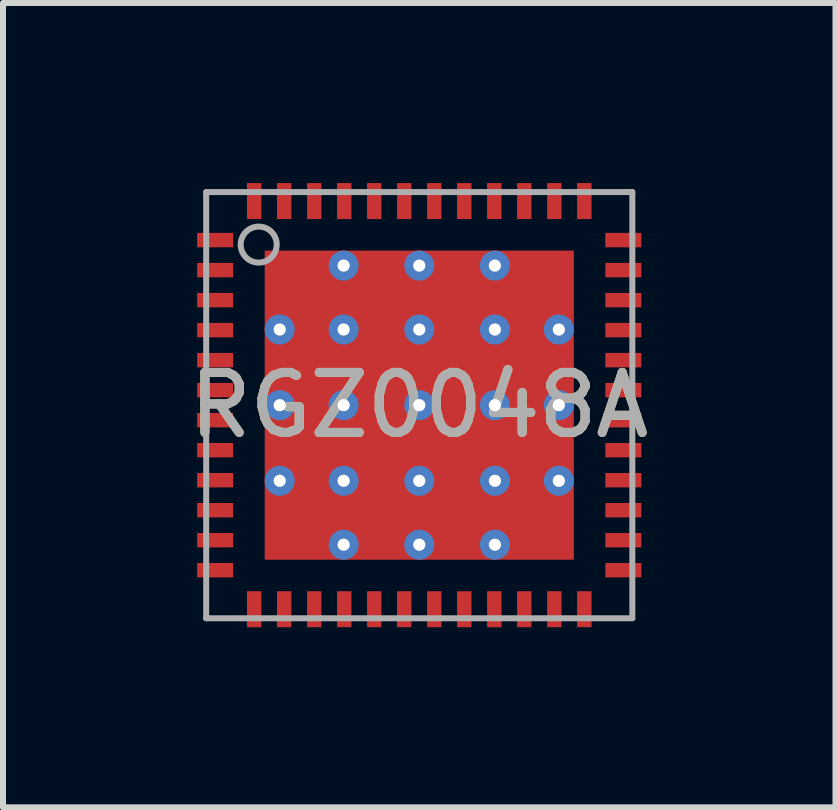
<source format=kicad_pcb>
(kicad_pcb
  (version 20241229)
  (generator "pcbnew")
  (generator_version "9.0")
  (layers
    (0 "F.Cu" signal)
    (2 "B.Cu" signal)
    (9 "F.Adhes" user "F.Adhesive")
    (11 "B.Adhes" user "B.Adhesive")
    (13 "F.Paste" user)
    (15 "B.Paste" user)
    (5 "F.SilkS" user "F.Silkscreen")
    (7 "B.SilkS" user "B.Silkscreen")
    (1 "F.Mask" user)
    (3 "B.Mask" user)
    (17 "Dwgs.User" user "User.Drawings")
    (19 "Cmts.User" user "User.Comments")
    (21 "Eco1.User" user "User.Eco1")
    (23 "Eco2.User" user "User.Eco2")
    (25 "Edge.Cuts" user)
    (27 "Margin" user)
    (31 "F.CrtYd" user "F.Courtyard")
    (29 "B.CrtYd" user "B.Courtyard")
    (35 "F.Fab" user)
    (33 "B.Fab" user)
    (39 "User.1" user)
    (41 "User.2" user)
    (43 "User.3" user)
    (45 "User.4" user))
  (footprint "RGZ0048A"
    (layer "F.Cu")
    (at 3.935 3.7)
    (property "Reference" "RGZ0048A" (at 0 0 0) (unlocked yes) (layer "F.SilkS") (effects (font (size 1 1) (thickness 0.15))))
    (attr smd)
    (fp_poly (pts (xy -1.36 -1.41) (xy -1.36 -2.37) (xy -1.41 -2.42) (xy -2.37 -2.42) (xy -2.42 -2.37) (xy -2.42 -1.41) (xy -2.37 -1.36) (xy -1.41 -1.36)) (stroke (width 0) (type solid)) (fill yes) (layer "F.Paste"))
    (fp_poly (pts (xy -1.36 -0.15) (xy -1.36 -1.11) (xy -1.41 -1.16) (xy -2.37 -1.16) (xy -2.42 -1.11) (xy -2.42 -0.15) (xy -2.37 -0.1) (xy -1.41 -0.1)) (stroke (width 0) (type solid)) (fill yes) (layer "F.Paste"))
    (fp_poly (pts (xy -1.36 0.15) (xy -1.36 1.11) (xy -1.41 1.16) (xy -2.37 1.16) (xy -2.42 1.11) (xy -2.42 0.15) (xy -2.37 0.1) (xy -1.41 0.1)) (stroke (width 0) (type solid)) (fill yes) (layer "F.Paste"))
    (fp_poly (pts (xy -1.36 1.41) (xy -1.36 2.37) (xy -1.41 2.42) (xy -2.37 2.42) (xy -2.42 2.37) (xy -2.42 1.41) (xy -2.37 1.36) (xy -1.41 1.36)) (stroke (width 0) (type solid)) (fill yes) (layer "F.Paste"))
    (fp_poly (pts (xy -0.1 -1.41) (xy -0.1 -2.37) (xy -0.15 -2.42) (xy -1.11 -2.42) (xy -1.16 -2.37) (xy -1.16 -1.41) (xy -1.11 -1.36) (xy -0.15 -1.36)) (stroke (width 0) (type solid)) (fill yes) (layer "F.Paste"))
    (fp_poly (pts (xy -0.1 -0.15) (xy -0.1 -1.11) (xy -0.15 -1.16) (xy -1.11 -1.16) (xy -1.16 -1.11) (xy -1.16 -0.15) (xy -1.11 -0.1) (xy -0.15 -0.1)) (stroke (width 0) (type solid)) (fill yes) (layer "F.Paste"))
    (fp_poly (pts (xy -0.1 0.15) (xy -0.1 1.11) (xy -0.15 1.16) (xy -1.11 1.16) (xy -1.16 1.11) (xy -1.16 0.15) (xy -1.11 0.1) (xy -0.15 0.1)) (stroke (width 0) (type solid)) (fill yes) (layer "F.Paste"))
    (fp_poly (pts (xy -0.1 1.41) (xy -0.1 2.37) (xy -0.15 2.42) (xy -1.11 2.42) (xy -1.16 2.37) (xy -1.16 1.41) (xy -1.11 1.36) (xy -0.15 1.36)) (stroke (width 0) (type solid)) (fill yes) (layer "F.Paste"))
    (fp_poly (pts (xy 0.1 -1.41) (xy 0.1 -2.37) (xy 0.15 -2.42) (xy 1.11 -2.42) (xy 1.16 -2.37) (xy 1.16 -1.41) (xy 1.11 -1.36) (xy 0.15 -1.36)) (stroke (width 0) (type solid)) (fill yes) (layer "F.Paste"))
    (fp_poly (pts (xy 0.1 -0.15) (xy 0.1 -1.11) (xy 0.15 -1.16) (xy 1.11 -1.16) (xy 1.16 -1.11) (xy 1.16 -0.15) (xy 1.11 -0.1) (xy 0.15 -0.1)) (stroke (width 0) (type solid)) (fill yes) (layer "F.Paste"))
    (fp_poly (pts (xy 0.1 0.15) (xy 0.1 1.11) (xy 0.15 1.16) (xy 1.11 1.16) (xy 1.16 1.11) (xy 1.16 0.15) (xy 1.11 0.1) (xy 0.15 0.1)) (stroke (width 0) (type solid)) (fill yes) (layer "F.Paste"))
    (fp_poly (pts (xy 0.1 1.41) (xy 0.1 2.37) (xy 0.15 2.42) (xy 1.11 2.42) (xy 1.16 2.37) (xy 1.16 1.41) (xy 1.11 1.36) (xy 0.15 1.36)) (stroke (width 0) (type solid)) (fill yes) (layer "F.Paste"))
    (fp_poly (pts (xy 1.36 -1.41) (xy 1.36 -2.37) (xy 1.41 -2.42) (xy 2.37 -2.42) (xy 2.42 -2.37) (xy 2.42 -1.41) (xy 2.37 -1.36) (xy 1.41 -1.36)) (stroke (width 0) (type solid)) (fill yes) (layer "F.Paste"))
    (fp_poly (pts (xy 1.36 -0.15) (xy 1.36 -1.11) (xy 1.41 -1.16) (xy 2.37 -1.16) (xy 2.42 -1.11) (xy 2.42 -0.15) (xy 2.37 -0.1) (xy 1.41 -0.1)) (stroke (width 0) (type solid)) (fill yes) (layer "F.Paste"))
    (fp_poly (pts (xy 1.36 0.15) (xy 1.36 1.11) (xy 1.41 1.16) (xy 2.37 1.16) (xy 2.42 1.11) (xy 2.42 0.15) (xy 2.37 0.1) (xy 1.41 0.1)) (stroke (width 0) (type solid)) (fill yes) (layer "F.Paste"))
    (fp_poly (pts (xy 1.36 1.41) (xy 1.36 2.37) (xy 1.41 2.42) (xy 2.37 2.42) (xy 2.42 2.37) (xy 2.42 1.41) (xy 2.37 1.36) (xy 1.41 1.36)) (stroke (width 0) (type solid)) (fill yes) (layer "F.Paste"))
    (fp_line (start -3.55 -3.55) (end 3.55 -3.55) (stroke (width 0.1) (type solid)) (layer "F.Fab"))
    (fp_line (start -3.55 3.55) (end -3.55 -3.55) (stroke (width 0.1) (type solid)) (layer "F.Fab"))
    (fp_line (start -3.55 3.55) (end 3.55 3.55) (stroke (width 0.1) (type solid)) (layer "F.Fab"))
    (fp_line (start 3.55 3.55) (end 3.55 -3.55) (stroke (width 0.1) (type solid)) (layer "F.Fab"))
    (fp_circle (center -2.675 -2.675) (end -2.375 -2.675) (stroke (width 0.1) (type solid)) (fill no) (layer "F.Fab"))
    (fp_text user "${REFERENCE}" (at 0 0 0) (unlocked yes) (layer "F.Fab") (effects (font (size 1 1) (thickness 0.15))))
    (pad "1" smd rect (at -3.4 -2.75 90) (size 0.24 0.6) (layers "F.Cu" "F.Mask" "F.Paste"))
    (pad "2" smd rect (at -3.4 -2.25 90) (size 0.24 0.6) (layers "F.Cu" "F.Mask" "F.Paste"))
    (pad "3" smd rect (at -3.4 -1.75 90) (size 0.24 0.6) (layers "F.Cu" "F.Mask" "F.Paste"))
    (pad "4" smd rect (at -3.4 -1.25 90) (size 0.24 0.6) (layers "F.Cu" "F.Mask" "F.Paste"))
    (pad "5" smd rect (at -3.4 -0.75 90) (size 0.24 0.6) (layers "F.Cu" "F.Mask" "F.Paste"))
    (pad "6" smd rect (at -3.4 -0.25 90) (size 0.24 0.6) (layers "F.Cu" "F.Mask" "F.Paste"))
    (pad "7" smd rect (at -3.4 0.25 90) (size 0.24 0.6) (layers "F.Cu" "F.Mask" "F.Paste"))
    (pad "8" smd rect (at -3.4 0.75 90) (size 0.24 0.6) (layers "F.Cu" "F.Mask" "F.Paste"))
    (pad "9" smd rect (at -3.4 1.25 90) (size 0.24 0.6) (layers "F.Cu" "F.Mask" "F.Paste"))
    (pad "10" smd rect (at -3.4 1.75 90) (size 0.24 0.6) (layers "F.Cu" "F.Mask" "F.Paste"))
    (pad "11" smd rect (at -3.4 2.25 90) (size 0.24 0.6) (layers "F.Cu" "F.Mask" "F.Paste"))
    (pad "12" smd rect (at -3.4 2.75 90) (size 0.24 0.6) (layers "F.Cu" "F.Mask" "F.Paste"))
    (pad "13" smd rect (at -2.75 3.4) (size 0.24 0.6) (layers "F.Cu" "F.Mask" "F.Paste"))
    (pad "14" smd rect (at -2.25 3.4) (size 0.24 0.6) (layers "F.Cu" "F.Mask" "F.Paste"))
    (pad "15" smd rect (at -1.75 3.4) (size 0.24 0.6) (layers "F.Cu" "F.Mask" "F.Paste"))
    (pad "16" smd rect (at -1.25 3.4) (size 0.24 0.6) (layers "F.Cu" "F.Mask" "F.Paste"))
    (pad "17" smd rect (at -0.75 3.4) (size 0.24 0.6) (layers "F.Cu" "F.Mask" "F.Paste"))
    (pad "18" smd rect (at -0.25 3.4) (size 0.24 0.6) (layers "F.Cu" "F.Mask" "F.Paste"))
    (pad "19" smd rect (at 0.25 3.4) (size 0.24 0.6) (layers "F.Cu" "F.Mask" "F.Paste"))
    (pad "20" smd rect (at 0.75 3.4) (size 0.24 0.6) (layers "F.Cu" "F.Mask" "F.Paste"))
    (pad "21" smd rect (at 1.25 3.4) (size 0.24 0.6) (layers "F.Cu" "F.Mask" "F.Paste"))
    (pad "22" smd rect (at 1.75 3.4) (size 0.24 0.6) (layers "F.Cu" "F.Mask" "F.Paste"))
    (pad "23" smd rect (at 2.25 3.4) (size 0.24 0.6) (layers "F.Cu" "F.Mask" "F.Paste"))
    (pad "24" smd rect (at 2.75 3.4) (size 0.24 0.6) (layers "F.Cu" "F.Mask" "F.Paste"))
    (pad "25" smd rect (at 3.4 2.75 90) (size 0.24 0.6) (layers "F.Cu" "F.Mask" "F.Paste"))
    (pad "26" smd rect (at 3.4 2.25 90) (size 0.24 0.6) (layers "F.Cu" "F.Mask" "F.Paste"))
    (pad "27" smd rect (at 3.4 1.75 90) (size 0.24 0.6) (layers "F.Cu" "F.Mask" "F.Paste"))
    (pad "28" smd rect (at 3.4 1.25 90) (size 0.24 0.6) (layers "F.Cu" "F.Mask" "F.Paste"))
    (pad "29" smd rect (at 3.4 0.75 90) (size 0.24 0.6) (layers "F.Cu" "F.Mask" "F.Paste"))
    (pad "30" smd rect (at 3.4 0.25 90) (size 0.24 0.6) (layers "F.Cu" "F.Mask" "F.Paste"))
    (pad "31" smd rect (at 3.4 -0.25 90) (size 0.24 0.6) (layers "F.Cu" "F.Mask" "F.Paste"))
    (pad "32" smd rect (at 3.4 -0.75 90) (size 0.24 0.6) (layers "F.Cu" "F.Mask" "F.Paste"))
    (pad "33" smd rect (at 3.4 -1.25 90) (size 0.24 0.6) (layers "F.Cu" "F.Mask" "F.Paste"))
    (pad "34" smd rect (at 3.4 -1.75 90) (size 0.24 0.6) (layers "F.Cu" "F.Mask" "F.Paste"))
    (pad "35" smd rect (at 3.4 -2.25 90) (size 0.24 0.6) (layers "F.Cu" "F.Mask" "F.Paste"))
    (pad "36" smd rect (at 3.4 -2.75 90) (size 0.24 0.6) (layers "F.Cu" "F.Mask" "F.Paste"))
    (pad "37" smd rect (at 2.75 -3.4) (size 0.24 0.6) (layers "F.Cu" "F.Mask" "F.Paste"))
    (pad "38" smd rect (at 2.25 -3.4) (size 0.24 0.6) (layers "F.Cu" "F.Mask" "F.Paste"))
    (pad "39" smd rect (at 1.75 -3.4) (size 0.24 0.6) (layers "F.Cu" "F.Mask" "F.Paste"))
    (pad "40" smd rect (at 1.25 -3.4) (size 0.24 0.6) (layers "F.Cu" "F.Mask" "F.Paste"))
    (pad "41" smd rect (at 0.75 -3.4) (size 0.24 0.6) (layers "F.Cu" "F.Mask" "F.Paste"))
    (pad "42" smd rect (at 0.25 -3.4) (size 0.24 0.6) (layers "F.Cu" "F.Mask" "F.Paste"))
    (pad "43" smd rect (at -0.25 -3.4) (size 0.24 0.6) (layers "F.Cu" "F.Mask" "F.Paste"))
    (pad "44" smd rect (at -0.75 -3.4) (size 0.24 0.6) (layers "F.Cu" "F.Mask" "F.Paste"))
    (pad "45" smd rect (at -1.25 -3.4) (size 0.24 0.6) (layers "F.Cu" "F.Mask" "F.Paste"))
    (pad "46" smd rect (at -1.75 -3.4) (size 0.24 0.6) (layers "F.Cu" "F.Mask" "F.Paste"))
    (pad "47" smd rect (at -2.25 -3.4) (size 0.24 0.6) (layers "F.Cu" "F.Mask" "F.Paste"))
    (pad "48" smd rect (at -2.75 -3.4) (size 0.24 0.6) (layers "F.Cu" "F.Mask" "F.Paste"))
    (pad "49" smd rect (at 0 0) (size 5.15 5.15) (layers "F.Cu" "F.Mask"))
    (pad "V" thru_hole circle (at -2.325 -1.26) (size 0.5 0.5) (drill 0.203) (layers "*.Cu" "*.Mask"))
    (pad "V" thru_hole circle (at -2.325 0) (size 0.5 0.5) (drill 0.203) (layers "*.Cu" "*.Mask"))
    (pad "V" thru_hole circle (at -2.325 1.26) (size 0.5 0.5) (drill 0.203) (layers "*.Cu" "*.Mask"))
    (pad "V" thru_hole circle (at -1.26 -2.325) (size 0.5 0.5) (drill 0.203) (layers "*.Cu" "*.Mask"))
    (pad "V" thru_hole circle (at -1.26 -1.26) (size 0.5 0.5) (drill 0.203) (layers "*.Cu" "*.Mask"))
    (pad "V" thru_hole circle (at -1.26 0) (size 0.5 0.5) (drill 0.203) (layers "*.Cu" "*.Mask"))
    (pad "V" thru_hole circle (at -1.26 1.26) (size 0.5 0.5) (drill 0.203) (layers "*.Cu" "*.Mask"))
    (pad "V" thru_hole circle (at -1.26 2.325) (size 0.5 0.5) (drill 0.203) (layers "*.Cu" "*.Mask"))
    (pad "V" thru_hole circle (at 0 -2.325) (size 0.5 0.5) (drill 0.203) (layers "*.Cu" "*.Mask"))
    (pad "V" thru_hole circle (at 0 -1.26) (size 0.5 0.5) (drill 0.203) (layers "*.Cu" "*.Mask"))
    (pad "V" thru_hole circle (at 0 0) (size 0.5 0.5) (drill 0.203) (layers "*.Cu" "*.Mask"))
    (pad "V" thru_hole circle (at 0 1.26) (size 0.5 0.5) (drill 0.203) (layers "*.Cu" "*.Mask"))
    (pad "V" thru_hole circle (at 0 2.325) (size 0.5 0.5) (drill 0.203) (layers "*.Cu" "*.Mask"))
    (pad "V" thru_hole circle (at 1.26 -2.325) (size 0.5 0.5) (drill 0.203) (layers "*.Cu" "*.Mask"))
    (pad "V" thru_hole circle (at 1.26 -1.26) (size 0.5 0.5) (drill 0.203) (layers "*.Cu" "*.Mask"))
    (pad "V" thru_hole circle (at 1.26 0) (size 0.5 0.5) (drill 0.203) (layers "*.Cu" "*.Mask"))
    (pad "V" thru_hole circle (at 1.26 1.26) (size 0.5 0.5) (drill 0.203) (layers "*.Cu" "*.Mask"))
    (pad "V" thru_hole circle (at 1.26 2.325) (size 0.5 0.5) (drill 0.203) (layers "*.Cu" "*.Mask"))
    (pad "V" thru_hole circle (at 2.325 -1.26) (size 0.5 0.5) (drill 0.203) (layers "*.Cu" "*.Mask"))
    (pad "V" thru_hole circle (at 2.325 0) (size 0.5 0.5) (drill 0.203) (layers "*.Cu" "*.Mask"))
    (pad "V" thru_hole circle (at 2.325 1.26) (size 0.5 0.5) (drill 0.203) (layers "*.Cu" "*.Mask")))
  (gr_rect
    (start -3 -3)
    (end 10.869 10.4)
    (stroke (width 0.1) (type default))
    (fill no)
    (layer "Edge.Cuts")))
</source>
